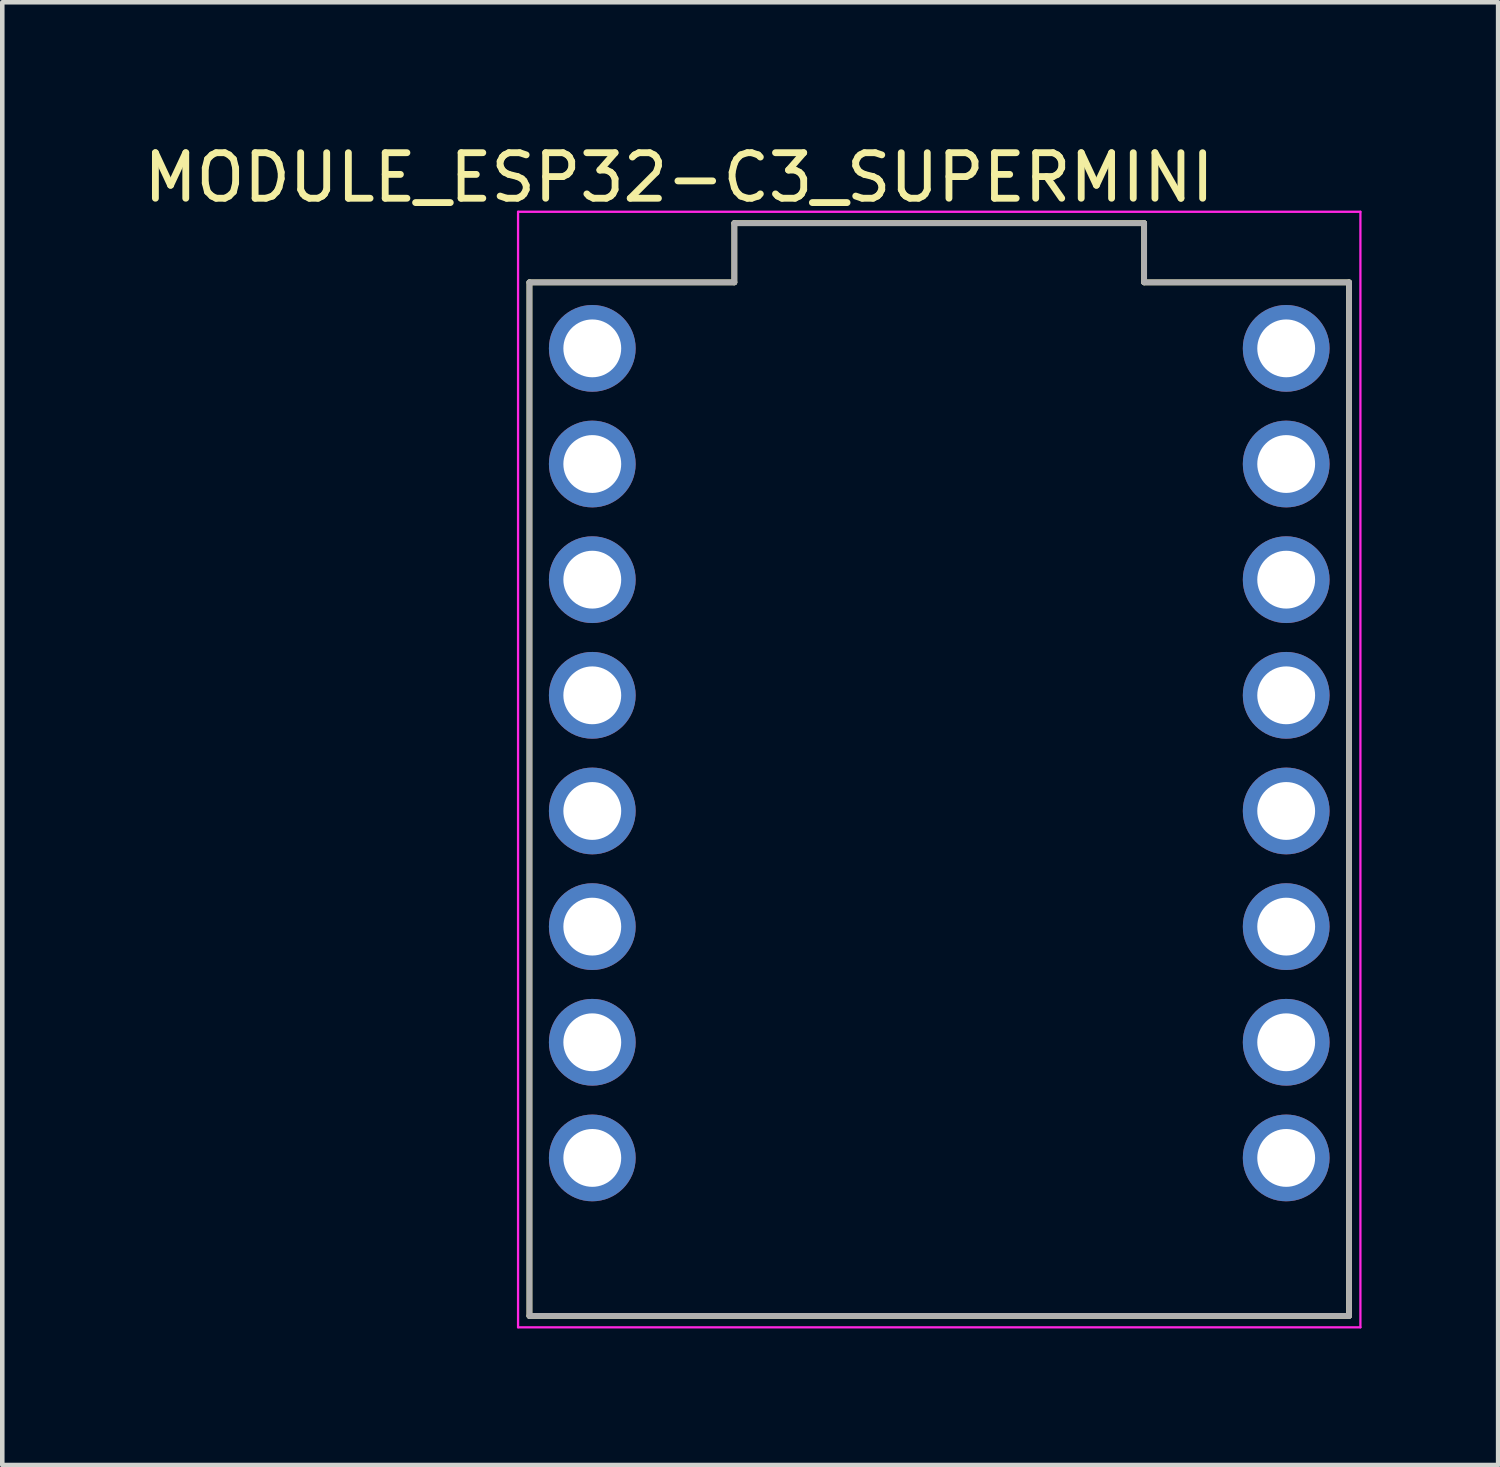
<source format=kicad_pcb>
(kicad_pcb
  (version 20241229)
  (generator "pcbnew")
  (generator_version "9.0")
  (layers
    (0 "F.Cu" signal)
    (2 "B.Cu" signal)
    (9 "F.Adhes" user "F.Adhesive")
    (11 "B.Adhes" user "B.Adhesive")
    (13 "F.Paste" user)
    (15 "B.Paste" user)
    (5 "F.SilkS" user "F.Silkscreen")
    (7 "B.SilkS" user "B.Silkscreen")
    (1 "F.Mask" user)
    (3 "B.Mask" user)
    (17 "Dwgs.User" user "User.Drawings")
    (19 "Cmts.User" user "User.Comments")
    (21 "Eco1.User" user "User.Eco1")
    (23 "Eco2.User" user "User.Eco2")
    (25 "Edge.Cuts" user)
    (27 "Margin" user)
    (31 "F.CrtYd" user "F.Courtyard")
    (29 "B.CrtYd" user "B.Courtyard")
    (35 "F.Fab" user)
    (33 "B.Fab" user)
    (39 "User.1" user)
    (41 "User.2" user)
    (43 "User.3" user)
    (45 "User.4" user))
  (footprint "MODULE_ESP32-C3_SUPERMINI"
    (layer "F.Cu")
    (at 17.578 14.501)
    (property "Reference" "MODULE_ESP32-C3_SUPERMINI" (at -5.715 -13.652 0) (layer "F.SilkS") (effects (font (size 1 1) (thickness 0.15))))
    (attr through_hole)
    (fp_line (start -9 11.35) (end -9 -11.35) (stroke (width 0.127) (type solid)) (layer "F.SilkS"))
    (fp_line (start -4.5 -12.65) (end -4.5 -11.35) (stroke (width 0.127) (type solid)) (layer "F.SilkS"))
    (fp_line (start -4.5 -11.35) (end -9 -11.35) (stroke (width 0.127) (type solid)) (layer "F.SilkS"))
    (fp_line (start 4.5 -12.65) (end -4.5 -12.65) (stroke (width 0.127) (type solid)) (layer "F.SilkS"))
    (fp_line (start 4.5 -12.65) (end 4.5 -11.35) (stroke (width 0.127) (type solid)) (layer "F.SilkS"))
    (fp_line (start 9 -11.35) (end 4.5 -11.35) (stroke (width 0.127) (type solid)) (layer "F.SilkS"))
    (fp_line (start 9 11.35) (end -9 11.35) (stroke (width 0.127) (type solid)) (layer "F.SilkS"))
    (fp_line (start 9 11.35) (end 9 -11.35) (stroke (width 0.127) (type solid)) (layer "F.SilkS"))
    (fp_line (start -9.25 -12.9) (end 9.25 -12.9) (stroke (width 0.05) (type solid)) (layer "F.CrtYd"))
    (fp_line (start -9.25 11.6) (end -9.25 -12.9) (stroke (width 0.05) (type solid)) (layer "F.CrtYd"))
    (fp_line (start 9.25 -12.9) (end 9.25 11.6) (stroke (width 0.05) (type solid)) (layer "F.CrtYd"))
    (fp_line (start 9.25 11.6) (end -9.25 11.6) (stroke (width 0.05) (type solid)) (layer "F.CrtYd"))
    (fp_line (start -9 11.35) (end -9 -11.35) (stroke (width 0.127) (type solid)) (layer "F.Fab"))
    (fp_line (start -4.5 -12.65) (end -4.5 -11.35) (stroke (width 0.127) (type solid)) (layer "F.Fab"))
    (fp_line (start -4.5 -11.35) (end -9 -11.35) (stroke (width 0.127) (type solid)) (layer "F.Fab"))
    (fp_line (start 4.5 -12.65) (end -4.5 -12.65) (stroke (width 0.127) (type solid)) (layer "F.Fab"))
    (fp_line (start 4.5 -12.65) (end 4.5 -11.35) (stroke (width 0.127) (type solid)) (layer "F.Fab"))
    (fp_line (start 9 -11.35) (end 4.5 -11.35) (stroke (width 0.127) (type solid)) (layer "F.Fab"))
    (fp_line (start 9 11.35) (end -9 11.35) (stroke (width 0.127) (type solid)) (layer "F.Fab"))
    (fp_line (start 9 11.35) (end 9 -11.35) (stroke (width 0.127) (type solid)) (layer "F.Fab"))
    (pad "0" thru_hole circle (at 7.62 7.88) (size 1.905 1.905) (drill 1.27) (layers "*.Cu" "*.Mask"))
    (pad "1" thru_hole circle (at 7.62 5.34) (size 1.905 1.905) (drill 1.27) (layers "*.Cu" "*.Mask"))
    (pad "2" thru_hole circle (at 7.62 2.8) (size 1.905 1.905) (drill 1.27) (layers "*.Cu" "*.Mask"))
    (pad "3" thru_hole circle (at 7.62 0.26) (size 1.905 1.905) (drill 1.27) (layers "*.Cu" "*.Mask"))
    (pad "3.3" thru_hole circle (at 7.62 -4.82) (size 1.905 1.905) (drill 1.27) (layers "*.Cu" "*.Mask"))
    (pad "4" thru_hole circle (at 7.62 -2.28) (size 1.905 1.905) (drill 1.27) (layers "*.Cu" "*.Mask"))
    (pad "5" thru_hole circle (at -7.62 -9.9) (size 1.905 1.905) (drill 1.27) (layers "*.Cu" "*.Mask"))
    (pad "5V" thru_hole circle (at 7.62 -9.9) (size 1.905 1.905) (drill 1.27) (layers "*.Cu" "*.Mask"))
    (pad "6" thru_hole circle (at -7.62 -7.36) (size 1.905 1.905) (drill 1.27) (layers "*.Cu" "*.Mask"))
    (pad "7" thru_hole circle (at -7.62 -4.82) (size 1.905 1.905) (drill 1.27) (layers "*.Cu" "*.Mask"))
    (pad "8" thru_hole circle (at -7.62 -2.28) (size 1.905 1.905) (drill 1.27) (layers "*.Cu" "*.Mask"))
    (pad "9" thru_hole circle (at -7.62 0.26) (size 1.905 1.905) (drill 1.27) (layers "*.Cu" "*.Mask"))
    (pad "10" thru_hole circle (at -7.62 2.8) (size 1.905 1.905) (drill 1.27) (layers "*.Cu" "*.Mask"))
    (pad "20" thru_hole circle (at -7.62 5.34) (size 1.905 1.905) (drill 1.27) (layers "*.Cu" "*.Mask"))
    (pad "21" thru_hole circle (at -7.62 7.88) (size 1.905 1.905) (drill 1.27) (layers "*.Cu" "*.Mask"))
    (pad "G" thru_hole circle (at 7.62 -7.36) (size 1.905 1.905) (drill 1.27) (layers "*.Cu" "*.Mask")))
  (gr_rect
    (start -3 -3)
    (end 29.853 29.126)
    (stroke (width 0.1) (type default))
    (fill no)
    (layer "Edge.Cuts")))
</source>
